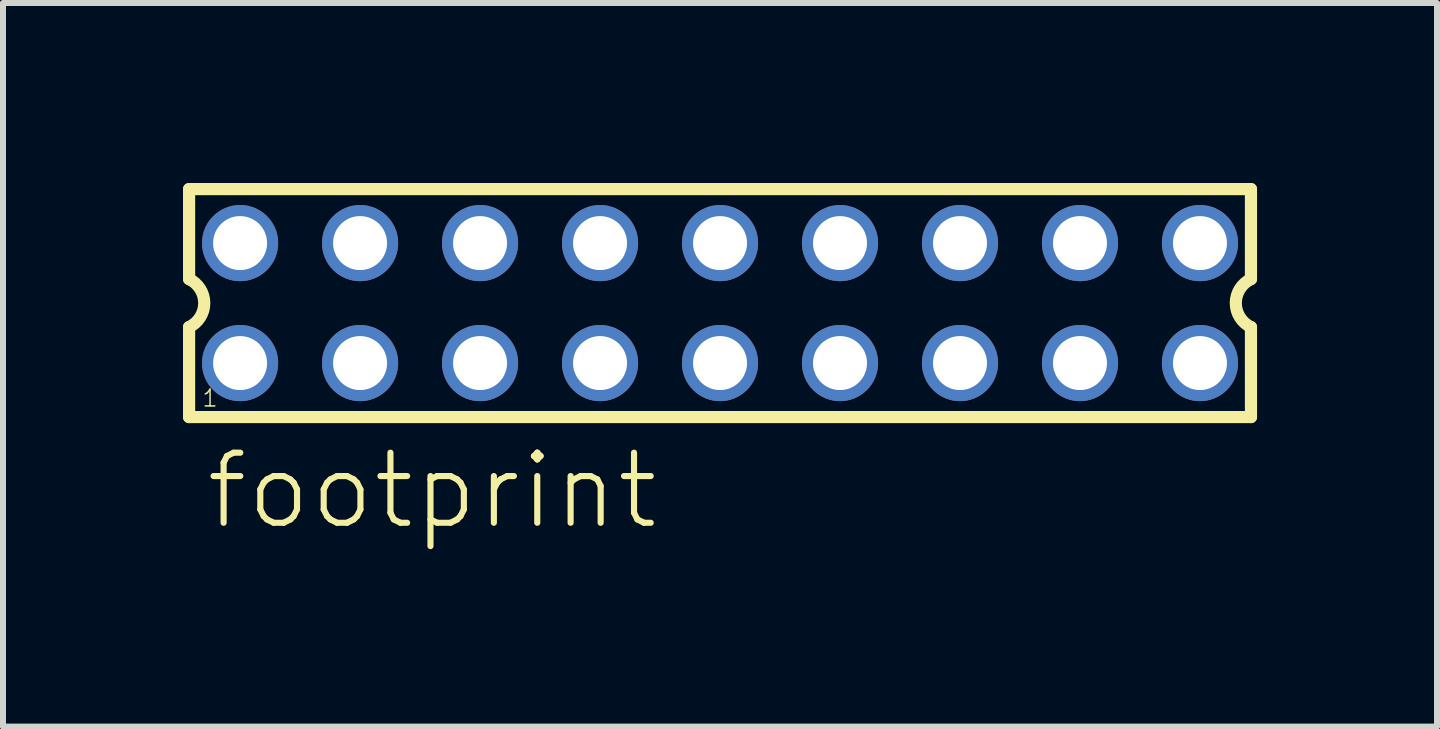
<source format=kicad_pcb>
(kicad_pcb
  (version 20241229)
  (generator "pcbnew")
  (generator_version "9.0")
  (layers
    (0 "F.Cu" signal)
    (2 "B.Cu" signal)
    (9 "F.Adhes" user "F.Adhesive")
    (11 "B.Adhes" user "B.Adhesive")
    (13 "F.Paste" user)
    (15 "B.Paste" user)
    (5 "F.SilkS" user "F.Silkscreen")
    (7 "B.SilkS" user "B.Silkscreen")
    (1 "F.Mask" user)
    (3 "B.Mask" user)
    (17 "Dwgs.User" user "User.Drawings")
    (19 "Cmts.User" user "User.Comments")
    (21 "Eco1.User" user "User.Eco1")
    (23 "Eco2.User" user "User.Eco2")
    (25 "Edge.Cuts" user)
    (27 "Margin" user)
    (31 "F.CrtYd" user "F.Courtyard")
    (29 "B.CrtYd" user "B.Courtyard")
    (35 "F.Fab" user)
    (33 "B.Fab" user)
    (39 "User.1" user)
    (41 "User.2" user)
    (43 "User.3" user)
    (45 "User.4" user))
  (footprint "footprint"
    (layer "F.Cu")
    (at 8.952 2.002)
    (property "Reference" "footprint" (at -8.62 3.81 0) (layer "F.SilkS") (effects (font (size 1.168 1.168) (thickness 0.102)) (justify left bottom)))
    (fp_line (start -8.85 -1.9) (end -8.85 -0.4) (stroke (width 0.203) (type solid)) (layer "F.SilkS"))
    (fp_line (start -8.85 0.4) (end -8.85 1.9) (stroke (width 0.203) (type solid)) (layer "F.SilkS"))
    (fp_line (start -8.85 1.9) (end 8.85 1.9) (stroke (width 0.203) (type solid)) (layer "F.SilkS"))
    (fp_line (start 8.85 -1.9) (end -8.85 -1.9) (stroke (width 0.203) (type solid)) (layer "F.SilkS"))
    (fp_line (start 8.85 -0.4) (end 8.85 -1.9) (stroke (width 0.203) (type solid)) (layer "F.SilkS"))
    (fp_line (start 8.85 1.9) (end 8.85 0.4) (stroke (width 0.203) (type solid)) (layer "F.SilkS"))
    (fp_arc (start -8.85 -0.4) (mid -8.597168 -0.000001) (end -8.849998 0.399999) (stroke (width 0.2032) (type solid)) (layer "F.SilkS"))
    (fp_arc (start 8.85 0.4) (mid 8.597168 0.000001) (end 8.849998 -0.399999) (stroke (width 0.2032) (type solid)) (layer "F.SilkS"))
    (fp_poly (pts (xy -8.25 -0.75) (xy -7.75 -0.75) (xy -7.75 -1.25) (xy -8.25 -1.25)) (stroke (width 0.1) (type solid)) (fill no) (layer "F.Fab"))
    (fp_poly (pts (xy -8.25 1.25) (xy -7.75 1.25) (xy -7.75 0.75) (xy -8.25 0.75)) (stroke (width 0.1) (type solid)) (fill no) (layer "F.Fab"))
    (fp_poly (pts (xy -6.25 -0.75) (xy -5.75 -0.75) (xy -5.75 -1.25) (xy -6.25 -1.25)) (stroke (width 0.1) (type solid)) (fill no) (layer "F.Fab"))
    (fp_poly (pts (xy -6.25 1.25) (xy -5.75 1.25) (xy -5.75 0.75) (xy -6.25 0.75)) (stroke (width 0.1) (type solid)) (fill no) (layer "F.Fab"))
    (fp_poly (pts (xy -4.25 -0.75) (xy -3.75 -0.75) (xy -3.75 -1.25) (xy -4.25 -1.25)) (stroke (width 0.1) (type solid)) (fill no) (layer "F.Fab"))
    (fp_poly (pts (xy -4.25 1.25) (xy -3.75 1.25) (xy -3.75 0.75) (xy -4.25 0.75)) (stroke (width 0.1) (type solid)) (fill no) (layer "F.Fab"))
    (fp_poly (pts (xy -2.25 -0.75) (xy -1.75 -0.75) (xy -1.75 -1.25) (xy -2.25 -1.25)) (stroke (width 0.1) (type solid)) (fill no) (layer "F.Fab"))
    (fp_poly (pts (xy -2.25 1.25) (xy -1.75 1.25) (xy -1.75 0.75) (xy -2.25 0.75)) (stroke (width 0.1) (type solid)) (fill no) (layer "F.Fab"))
    (fp_poly (pts (xy -0.25 -0.75) (xy 0.25 -0.75) (xy 0.25 -1.25) (xy -0.25 -1.25)) (stroke (width 0.1) (type solid)) (fill no) (layer "F.Fab"))
    (fp_poly (pts (xy -0.25 1.25) (xy 0.25 1.25) (xy 0.25 0.75) (xy -0.25 0.75)) (stroke (width 0.1) (type solid)) (fill no) (layer "F.Fab"))
    (fp_poly (pts (xy 1.75 -0.75) (xy 2.25 -0.75) (xy 2.25 -1.25) (xy 1.75 -1.25)) (stroke (width 0.1) (type solid)) (fill no) (layer "F.Fab"))
    (fp_poly (pts (xy 1.75 1.25) (xy 2.25 1.25) (xy 2.25 0.75) (xy 1.75 0.75)) (stroke (width 0.1) (type solid)) (fill no) (layer "F.Fab"))
    (fp_poly (pts (xy 3.75 -0.75) (xy 4.25 -0.75) (xy 4.25 -1.25) (xy 3.75 -1.25)) (stroke (width 0.1) (type solid)) (fill no) (layer "F.Fab"))
    (fp_poly (pts (xy 3.75 1.25) (xy 4.25 1.25) (xy 4.25 0.75) (xy 3.75 0.75)) (stroke (width 0.1) (type solid)) (fill no) (layer "F.Fab"))
    (fp_poly (pts (xy 5.75 -0.75) (xy 6.25 -0.75) (xy 6.25 -1.25) (xy 5.75 -1.25)) (stroke (width 0.1) (type solid)) (fill no) (layer "F.Fab"))
    (fp_poly (pts (xy 5.75 1.25) (xy 6.25 1.25) (xy 6.25 0.75) (xy 5.75 0.75)) (stroke (width 0.1) (type solid)) (fill no) (layer "F.Fab"))
    (fp_poly (pts (xy 7.75 -0.75) (xy 8.25 -0.75) (xy 8.25 -1.25) (xy 7.75 -1.25)) (stroke (width 0.1) (type solid)) (fill no) (layer "F.Fab"))
    (fp_poly (pts (xy 7.75 1.25) (xy 8.25 1.25) (xy 8.25 0.75) (xy 7.75 0.75)) (stroke (width 0.1) (type solid)) (fill no) (layer "F.Fab"))
    (fp_text user "1" (at -8.65 1.75 0) (layer "F.SilkS") (effects (font (size 0.28 0.28) (thickness 0.024)) (justify left bottom)))
    (pad "1" thru_hole circle (at -8 1) (size 1.27 1.27) (drill 0.9) (layers "*.Cu" "*.Mask"))
    (pad "2" thru_hole circle (at -8 -1) (size 1.27 1.27) (drill 0.9) (layers "*.Cu" "*.Mask"))
    (pad "3" thru_hole circle (at -6 1) (size 1.27 1.27) (drill 0.9) (layers "*.Cu" "*.Mask"))
    (pad "4" thru_hole circle (at -6 -1) (size 1.27 1.27) (drill 0.9) (layers "*.Cu" "*.Mask"))
    (pad "5" thru_hole circle (at -4 1) (size 1.27 1.27) (drill 0.9) (layers "*.Cu" "*.Mask"))
    (pad "6" thru_hole circle (at -4 -1) (size 1.27 1.27) (drill 0.9) (layers "*.Cu" "*.Mask"))
    (pad "7" thru_hole circle (at -2 1) (size 1.27 1.27) (drill 0.9) (layers "*.Cu" "*.Mask"))
    (pad "8" thru_hole circle (at -2 -1) (size 1.27 1.27) (drill 0.9) (layers "*.Cu" "*.Mask"))
    (pad "9" thru_hole circle (at 0 1) (size 1.27 1.27) (drill 0.9) (layers "*.Cu" "*.Mask"))
    (pad "10" thru_hole circle (at 0 -1) (size 1.27 1.27) (drill 0.9) (layers "*.Cu" "*.Mask"))
    (pad "11" thru_hole circle (at 2 1) (size 1.27 1.27) (drill 0.9) (layers "*.Cu" "*.Mask"))
    (pad "12" thru_hole circle (at 2 -1) (size 1.27 1.27) (drill 0.9) (layers "*.Cu" "*.Mask"))
    (pad "13" thru_hole circle (at 4 1) (size 1.27 1.27) (drill 0.9) (layers "*.Cu" "*.Mask"))
    (pad "14" thru_hole circle (at 4 -1) (size 1.27 1.27) (drill 0.9) (layers "*.Cu" "*.Mask"))
    (pad "15" thru_hole circle (at 6 1) (size 1.27 1.27) (drill 0.9) (layers "*.Cu" "*.Mask"))
    (pad "16" thru_hole circle (at 6 -1) (size 1.27 1.27) (drill 0.9) (layers "*.Cu" "*.Mask"))
    (pad "17" thru_hole circle (at 8 1) (size 1.27 1.27) (drill 0.9) (layers "*.Cu" "*.Mask"))
    (pad "18" thru_hole circle (at 8 -1) (size 1.27 1.27) (drill 0.9) (layers "*.Cu" "*.Mask")))
  (gr_rect
    (start -3 -3)
    (end 20.903 9.062)
    (stroke (width 0.1) (type default))
    (fill no)
    (layer "Edge.Cuts")))
</source>
